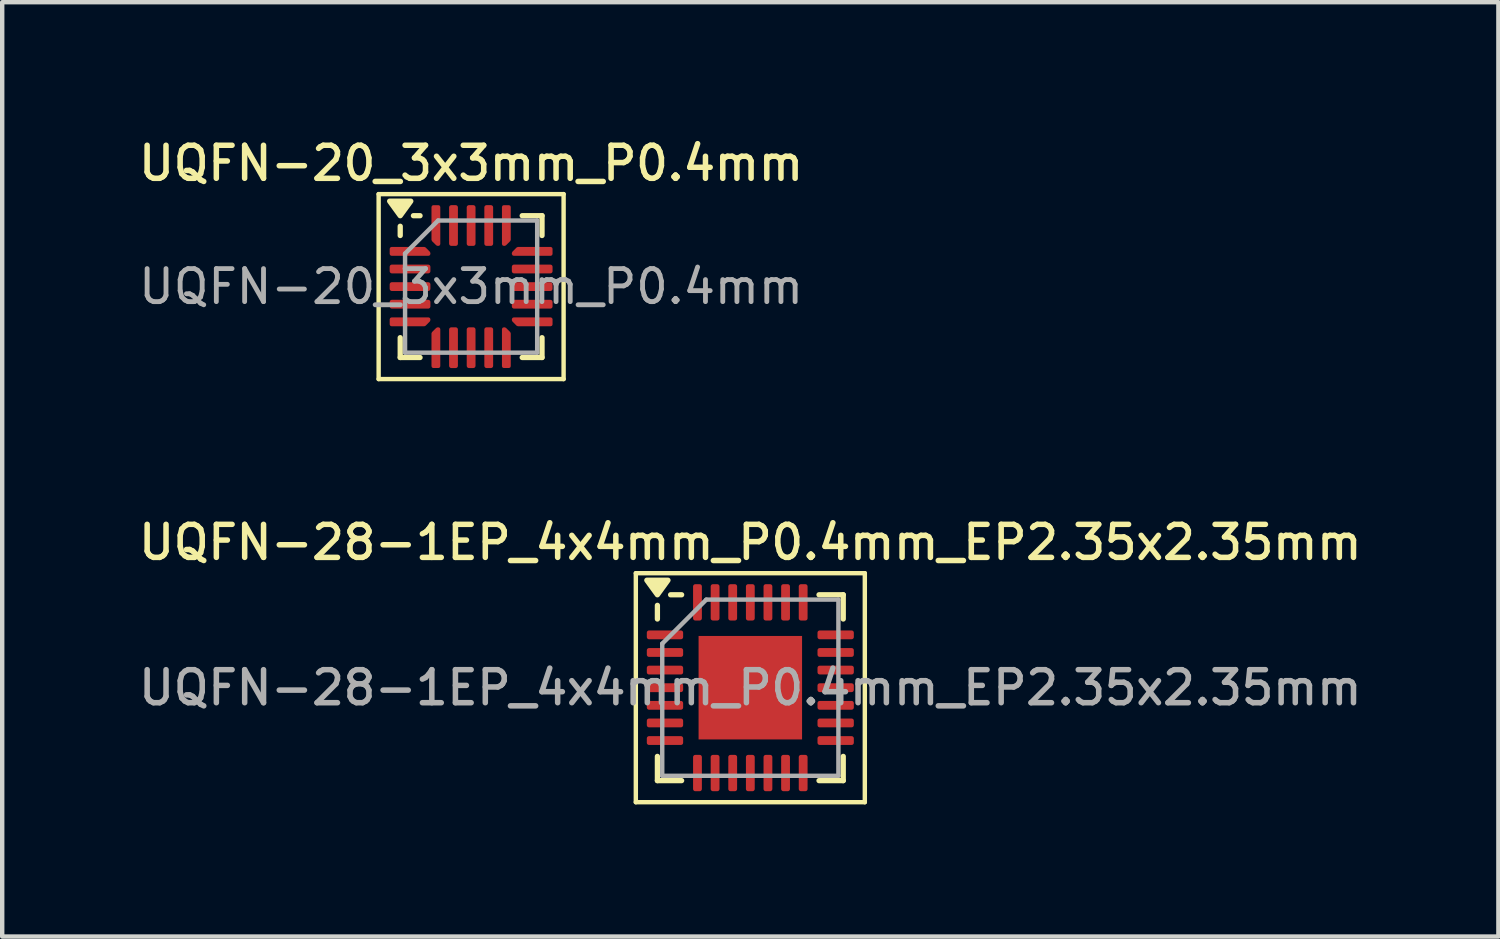
<source format=kicad_pcb>
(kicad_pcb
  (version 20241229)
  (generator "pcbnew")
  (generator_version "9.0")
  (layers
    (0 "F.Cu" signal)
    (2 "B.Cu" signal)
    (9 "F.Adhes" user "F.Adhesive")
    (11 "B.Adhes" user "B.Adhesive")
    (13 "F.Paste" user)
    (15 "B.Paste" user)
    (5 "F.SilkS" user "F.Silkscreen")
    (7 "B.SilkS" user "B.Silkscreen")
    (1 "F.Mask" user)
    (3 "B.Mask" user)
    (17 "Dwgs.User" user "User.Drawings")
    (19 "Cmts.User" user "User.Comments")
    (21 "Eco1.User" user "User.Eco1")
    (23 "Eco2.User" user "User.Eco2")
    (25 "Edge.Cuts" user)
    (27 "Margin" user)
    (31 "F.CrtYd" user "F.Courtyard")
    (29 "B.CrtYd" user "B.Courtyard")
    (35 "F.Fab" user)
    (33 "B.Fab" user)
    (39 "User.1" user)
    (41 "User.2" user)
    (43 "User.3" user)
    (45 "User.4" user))
  (footprint "UQFN-20_3x3mm_P0.4mm"
    (layer "F.Cu")
    (at 7.648 3.458)
    (property "Reference" "UQFN-20_3x3mm_P0.4mm" (at 0 -2.8 0) (layer "F.SilkS") (effects (font (size 0.75 0.75) (thickness 0.125))))
    (attr smd)
    (fp_line (start -2.1 -2.1) (end -2.1 2.1) (stroke (width 0.1) (type solid)) (layer "F.SilkS"))
    (fp_line (start -2.1 2.1) (end 2.1 2.1) (stroke (width 0.1) (type solid)) (layer "F.SilkS"))
    (fp_line (start -1.61 -1.16) (end -1.61 -1.37) (stroke (width 0.12) (type solid)) (layer "F.SilkS"))
    (fp_line (start -1.61 1.61) (end -1.61 1.16) (stroke (width 0.12) (type solid)) (layer "F.SilkS"))
    (fp_line (start -1.16 -1.61) (end -1.31 -1.61) (stroke (width 0.12) (type solid)) (layer "F.SilkS"))
    (fp_line (start -1.16 1.61) (end -1.61 1.61) (stroke (width 0.12) (type solid)) (layer "F.SilkS"))
    (fp_line (start 1.16 -1.61) (end 1.61 -1.61) (stroke (width 0.12) (type solid)) (layer "F.SilkS"))
    (fp_line (start 1.16 1.61) (end 1.61 1.61) (stroke (width 0.12) (type solid)) (layer "F.SilkS"))
    (fp_line (start 1.61 -1.61) (end 1.61 -1.16) (stroke (width 0.12) (type solid)) (layer "F.SilkS"))
    (fp_line (start 1.61 1.61) (end 1.61 1.16) (stroke (width 0.12) (type solid)) (layer "F.SilkS"))
    (fp_line (start 2.1 -2.1) (end -2.1 -2.1) (stroke (width 0.1) (type solid)) (layer "F.SilkS"))
    (fp_line (start 2.1 2.1) (end 2.1 -2.1) (stroke (width 0.1) (type solid)) (layer "F.SilkS"))
    (fp_poly (pts (xy -1.61 -1.61) (xy -1.85 -1.94) (xy -1.37 -1.94) (xy -1.61 -1.61)) (stroke (width 0.12) (type solid)) (fill yes) (layer "F.SilkS"))
    (fp_line (start -1.5 -0.75) (end -0.75 -1.5) (stroke (width 0.1) (type solid)) (layer "F.Fab"))
    (fp_line (start -1.5 1.5) (end -1.5 -0.75) (stroke (width 0.1) (type solid)) (layer "F.Fab"))
    (fp_line (start -0.75 -1.5) (end 1.5 -1.5) (stroke (width 0.1) (type solid)) (layer "F.Fab"))
    (fp_line (start 1.5 -1.5) (end 1.5 1.5) (stroke (width 0.1) (type solid)) (layer "F.Fab"))
    (fp_line (start 1.5 1.5) (end -1.5 1.5) (stroke (width 0.1) (type solid)) (layer "F.Fab"))
    (fp_text user "${REFERENCE}" (at 0 0 0) (layer "F.Fab") (effects (font (size 0.75 0.75) (thickness 0.11))))
    (pad "1" smd custom (at -1.387 -0.8) (size 0.115 0.115) (layers "F.Cu" "F.Mask" "F.Paste") (options (anchor circle)) (primitives (gr_poly (pts (xy -0.422 -0.06) (xy 0.326 -0.06) (xy 0.422 0.037) (xy 0.422 0.06) (xy -0.422 0.06)) (width 0.08) (fill yes))))
    (pad "2" smd roundrect (at -1.387 -0.4) (size 0.925 0.2) (layers "F.Cu" "F.Mask" "F.Paste") (roundrect_rratio 0.25))
    (pad "3" smd roundrect (at -1.387 0) (size 0.925 0.2) (layers "F.Cu" "F.Mask" "F.Paste") (roundrect_rratio 0.25))
    (pad "4" smd roundrect (at -1.387 0.4) (size 0.925 0.2) (layers "F.Cu" "F.Mask" "F.Paste") (roundrect_rratio 0.25))
    (pad "5" smd custom (at -1.387 0.8) (size 0.115 0.115) (layers "F.Cu" "F.Mask" "F.Paste") (options (anchor circle)) (primitives (gr_poly (pts (xy -0.422 -0.06) (xy 0.422 -0.06) (xy 0.422 -0.037) (xy 0.326 0.06) (xy -0.422 0.06)) (width 0.08) (fill yes))))
    (pad "6" smd custom (at -0.8 1.387) (size 0.115 0.115) (layers "F.Cu" "F.Mask" "F.Paste") (options (anchor circle)) (primitives (gr_poly (pts (xy -0.06 -0.326) (xy 0.037 -0.422) (xy 0.06 -0.422) (xy 0.06 0.422) (xy -0.06 0.422)) (width 0.08) (fill yes))))
    (pad "7" smd roundrect (at -0.4 1.387) (size 0.2 0.925) (layers "F.Cu" "F.Mask" "F.Paste") (roundrect_rratio 0.25))
    (pad "8" smd roundrect (at 0 1.387) (size 0.2 0.925) (layers "F.Cu" "F.Mask" "F.Paste") (roundrect_rratio 0.25))
    (pad "9" smd roundrect (at 0.4 1.387) (size 0.2 0.925) (layers "F.Cu" "F.Mask" "F.Paste") (roundrect_rratio 0.25))
    (pad "10" smd custom (at 0.8 1.387) (size 0.115 0.115) (layers "F.Cu" "F.Mask" "F.Paste") (options (anchor circle)) (primitives (gr_poly (pts (xy -0.06 -0.422) (xy -0.037 -0.422) (xy 0.06 -0.326) (xy 0.06 0.422) (xy -0.06 0.422)) (width 0.08) (fill yes))))
    (pad "11" smd custom (at 1.387 0.8) (size 0.115 0.115) (layers "F.Cu" "F.Mask" "F.Paste") (options (anchor circle)) (primitives (gr_poly (pts (xy -0.422 -0.06) (xy 0.422 -0.06) (xy 0.422 0.06) (xy -0.326 0.06) (xy -0.422 -0.037)) (width 0.08) (fill yes))))
    (pad "12" smd roundrect (at 1.387 0.4) (size 0.925 0.2) (layers "F.Cu" "F.Mask" "F.Paste") (roundrect_rratio 0.25))
    (pad "13" smd roundrect (at 1.387 0) (size 0.925 0.2) (layers "F.Cu" "F.Mask" "F.Paste") (roundrect_rratio 0.25))
    (pad "14" smd roundrect (at 1.387 -0.4) (size 0.925 0.2) (layers "F.Cu" "F.Mask" "F.Paste") (roundrect_rratio 0.25))
    (pad "15" smd custom (at 1.387 -0.8) (size 0.115 0.115) (layers "F.Cu" "F.Mask" "F.Paste") (options (anchor circle)) (primitives (gr_poly (pts (xy -0.422 0.037) (xy -0.326 -0.06) (xy 0.422 -0.06) (xy 0.422 0.06) (xy -0.422 0.06)) (width 0.08) (fill yes))))
    (pad "16" smd custom (at 0.8 -1.387) (size 0.115 0.115) (layers "F.Cu" "F.Mask" "F.Paste") (options (anchor circle)) (primitives (gr_poly (pts (xy -0.06 -0.422) (xy 0.06 -0.422) (xy 0.06 0.326) (xy -0.037 0.422) (xy -0.06 0.422)) (width 0.08) (fill yes))))
    (pad "17" smd roundrect (at 0.4 -1.387) (size 0.2 0.925) (layers "F.Cu" "F.Mask" "F.Paste") (roundrect_rratio 0.25))
    (pad "18" smd roundrect (at 0 -1.387) (size 0.2 0.925) (layers "F.Cu" "F.Mask" "F.Paste") (roundrect_rratio 0.25))
    (pad "19" smd roundrect (at -0.4 -1.387) (size 0.2 0.925) (layers "F.Cu" "F.Mask" "F.Paste") (roundrect_rratio 0.25))
    (pad "20" smd custom (at -0.8 -1.387) (size 0.115 0.115) (layers "F.Cu" "F.Mask" "F.Paste") (options (anchor circle)) (primitives (gr_poly (pts (xy -0.06 -0.422) (xy 0.06 -0.422) (xy 0.06 0.422) (xy 0.037 0.422) (xy -0.06 0.326)) (width 0.08) (fill yes)))))
  (footprint "UQFN-28-1EP_4x4mm_P0.4mm_EP2.35x2.35mm"
    (layer "F.Cu")
    (at 13.988 12.566)
    (property "Reference" "UQFN-28-1EP_4x4mm_P0.4mm_EP2.35x2.35mm" (at 0 -3.3 0) (layer "F.SilkS") (effects (font (size 0.75 0.75) (thickness 0.125))))
    (attr smd)
    (fp_line (start -2.6 -2.6) (end -2.6 2.6) (stroke (width 0.1) (type solid)) (layer "F.SilkS"))
    (fp_line (start -2.6 2.6) (end 2.6 2.6) (stroke (width 0.1) (type solid)) (layer "F.SilkS"))
    (fp_line (start -2.11 -1.56) (end -2.11 -1.87) (stroke (width 0.12) (type solid)) (layer "F.SilkS"))
    (fp_line (start -2.11 2.11) (end -2.11 1.56) (stroke (width 0.12) (type solid)) (layer "F.SilkS"))
    (fp_line (start -1.56 -2.11) (end -1.81 -2.11) (stroke (width 0.12) (type solid)) (layer "F.SilkS"))
    (fp_line (start -1.56 2.11) (end -2.11 2.11) (stroke (width 0.12) (type solid)) (layer "F.SilkS"))
    (fp_line (start 1.56 -2.11) (end 2.11 -2.11) (stroke (width 0.12) (type solid)) (layer "F.SilkS"))
    (fp_line (start 1.56 2.11) (end 2.11 2.11) (stroke (width 0.12) (type solid)) (layer "F.SilkS"))
    (fp_line (start 2.11 -2.11) (end 2.11 -1.56) (stroke (width 0.12) (type solid)) (layer "F.SilkS"))
    (fp_line (start 2.11 2.11) (end 2.11 1.56) (stroke (width 0.12) (type solid)) (layer "F.SilkS"))
    (fp_line (start 2.6 -2.6) (end -2.6 -2.6) (stroke (width 0.1) (type solid)) (layer "F.SilkS"))
    (fp_line (start 2.6 2.6) (end 2.6 -2.6) (stroke (width 0.1) (type solid)) (layer "F.SilkS"))
    (fp_poly (pts (xy -2.11 -2.11) (xy -2.35 -2.44) (xy -1.87 -2.44) (xy -2.11 -2.11)) (stroke (width 0.12) (type solid)) (fill yes) (layer "F.SilkS"))
    (fp_line (start -2 -1) (end -1 -2) (stroke (width 0.1) (type solid)) (layer "F.Fab"))
    (fp_line (start -2 2) (end -2 -1) (stroke (width 0.1) (type solid)) (layer "F.Fab"))
    (fp_line (start -1 -2) (end 2 -2) (stroke (width 0.1) (type solid)) (layer "F.Fab"))
    (fp_line (start 2 -2) (end 2 2) (stroke (width 0.1) (type solid)) (layer "F.Fab"))
    (fp_line (start 2 2) (end -2 2) (stroke (width 0.1) (type solid)) (layer "F.Fab"))
    (fp_text user "${REFERENCE}" (at 0 0 0) (layer "F.Fab") (effects (font (size 0.75 0.75) (thickness 0.125))))
    (pad "" smd roundrect (at -0.59 -0.59) (size 0.95 0.95) (layers "F.Paste") (roundrect_rratio 0.25))
    (pad "" smd roundrect (at -0.59 0.59) (size 0.95 0.95) (layers "F.Paste") (roundrect_rratio 0.25))
    (pad "" smd roundrect (at 0.59 -0.59) (size 0.95 0.95) (layers "F.Paste") (roundrect_rratio 0.25))
    (pad "" smd roundrect (at 0.59 0.59) (size 0.95 0.95) (layers "F.Paste") (roundrect_rratio 0.25))
    (pad "1" smd roundrect (at -1.938 -1.2) (size 0.825 0.2) (layers "F.Cu" "F.Mask" "F.Paste") (roundrect_rratio 0.25))
    (pad "2" smd roundrect (at -1.938 -0.8) (size 0.825 0.2) (layers "F.Cu" "F.Mask" "F.Paste") (roundrect_rratio 0.25))
    (pad "3" smd roundrect (at -1.938 -0.4) (size 0.825 0.2) (layers "F.Cu" "F.Mask" "F.Paste") (roundrect_rratio 0.25))
    (pad "4" smd roundrect (at -1.938 0) (size 0.825 0.2) (layers "F.Cu" "F.Mask" "F.Paste") (roundrect_rratio 0.25))
    (pad "5" smd roundrect (at -1.938 0.4) (size 0.825 0.2) (layers "F.Cu" "F.Mask" "F.Paste") (roundrect_rratio 0.25))
    (pad "6" smd roundrect (at -1.938 0.8) (size 0.825 0.2) (layers "F.Cu" "F.Mask" "F.Paste") (roundrect_rratio 0.25))
    (pad "7" smd roundrect (at -1.938 1.2) (size 0.825 0.2) (layers "F.Cu" "F.Mask" "F.Paste") (roundrect_rratio 0.25))
    (pad "8" smd roundrect (at -1.2 1.938) (size 0.2 0.825) (layers "F.Cu" "F.Mask" "F.Paste") (roundrect_rratio 0.25))
    (pad "9" smd roundrect (at -0.8 1.938) (size 0.2 0.825) (layers "F.Cu" "F.Mask" "F.Paste") (roundrect_rratio 0.25))
    (pad "10" smd roundrect (at -0.4 1.938) (size 0.2 0.825) (layers "F.Cu" "F.Mask" "F.Paste") (roundrect_rratio 0.25))
    (pad "11" smd roundrect (at 0 1.938) (size 0.2 0.825) (layers "F.Cu" "F.Mask" "F.Paste") (roundrect_rratio 0.25))
    (pad "12" smd roundrect (at 0.4 1.938) (size 0.2 0.825) (layers "F.Cu" "F.Mask" "F.Paste") (roundrect_rratio 0.25))
    (pad "13" smd roundrect (at 0.8 1.938) (size 0.2 0.825) (layers "F.Cu" "F.Mask" "F.Paste") (roundrect_rratio 0.25))
    (pad "14" smd roundrect (at 1.2 1.938) (size 0.2 0.825) (layers "F.Cu" "F.Mask" "F.Paste") (roundrect_rratio 0.25))
    (pad "15" smd roundrect (at 1.938 1.2) (size 0.825 0.2) (layers "F.Cu" "F.Mask" "F.Paste") (roundrect_rratio 0.25))
    (pad "16" smd roundrect (at 1.938 0.8) (size 0.825 0.2) (layers "F.Cu" "F.Mask" "F.Paste") (roundrect_rratio 0.25))
    (pad "17" smd roundrect (at 1.938 0.4) (size 0.825 0.2) (layers "F.Cu" "F.Mask" "F.Paste") (roundrect_rratio 0.25))
    (pad "18" smd roundrect (at 1.938 0) (size 0.825 0.2) (layers "F.Cu" "F.Mask" "F.Paste") (roundrect_rratio 0.25))
    (pad "19" smd roundrect (at 1.938 -0.4) (size 0.825 0.2) (layers "F.Cu" "F.Mask" "F.Paste") (roundrect_rratio 0.25))
    (pad "20" smd roundrect (at 1.938 -0.8) (size 0.825 0.2) (layers "F.Cu" "F.Mask" "F.Paste") (roundrect_rratio 0.25))
    (pad "21" smd roundrect (at 1.938 -1.2) (size 0.825 0.2) (layers "F.Cu" "F.Mask" "F.Paste") (roundrect_rratio 0.25))
    (pad "22" smd roundrect (at 1.2 -1.938) (size 0.2 0.825) (layers "F.Cu" "F.Mask" "F.Paste") (roundrect_rratio 0.25))
    (pad "23" smd roundrect (at 0.8 -1.938) (size 0.2 0.825) (layers "F.Cu" "F.Mask" "F.Paste") (roundrect_rratio 0.25))
    (pad "24" smd roundrect (at 0.4 -1.938) (size 0.2 0.825) (layers "F.Cu" "F.Mask" "F.Paste") (roundrect_rratio 0.25))
    (pad "25" smd roundrect (at 0 -1.938) (size 0.2 0.825) (layers "F.Cu" "F.Mask" "F.Paste") (roundrect_rratio 0.25))
    (pad "26" smd roundrect (at -0.4 -1.938) (size 0.2 0.825) (layers "F.Cu" "F.Mask" "F.Paste") (roundrect_rratio 0.25))
    (pad "27" smd roundrect (at -0.8 -1.938) (size 0.2 0.825) (layers "F.Cu" "F.Mask" "F.Paste") (roundrect_rratio 0.25))
    (pad "28" smd roundrect (at -1.2 -1.938) (size 0.2 0.825) (layers "F.Cu" "F.Mask" "F.Paste") (roundrect_rratio 0.25))
    (pad "29" smd rect (at 0 0) (size 2.35 2.35) (property pad_prop_heatsink) (layers "F.Cu" "F.Mask")))
  (gr_rect
    (start -3 -3)
    (end 30.975 18.216)
    (stroke (width 0.1) (type default))
    (fill no)
    (layer "Edge.Cuts")))
</source>
